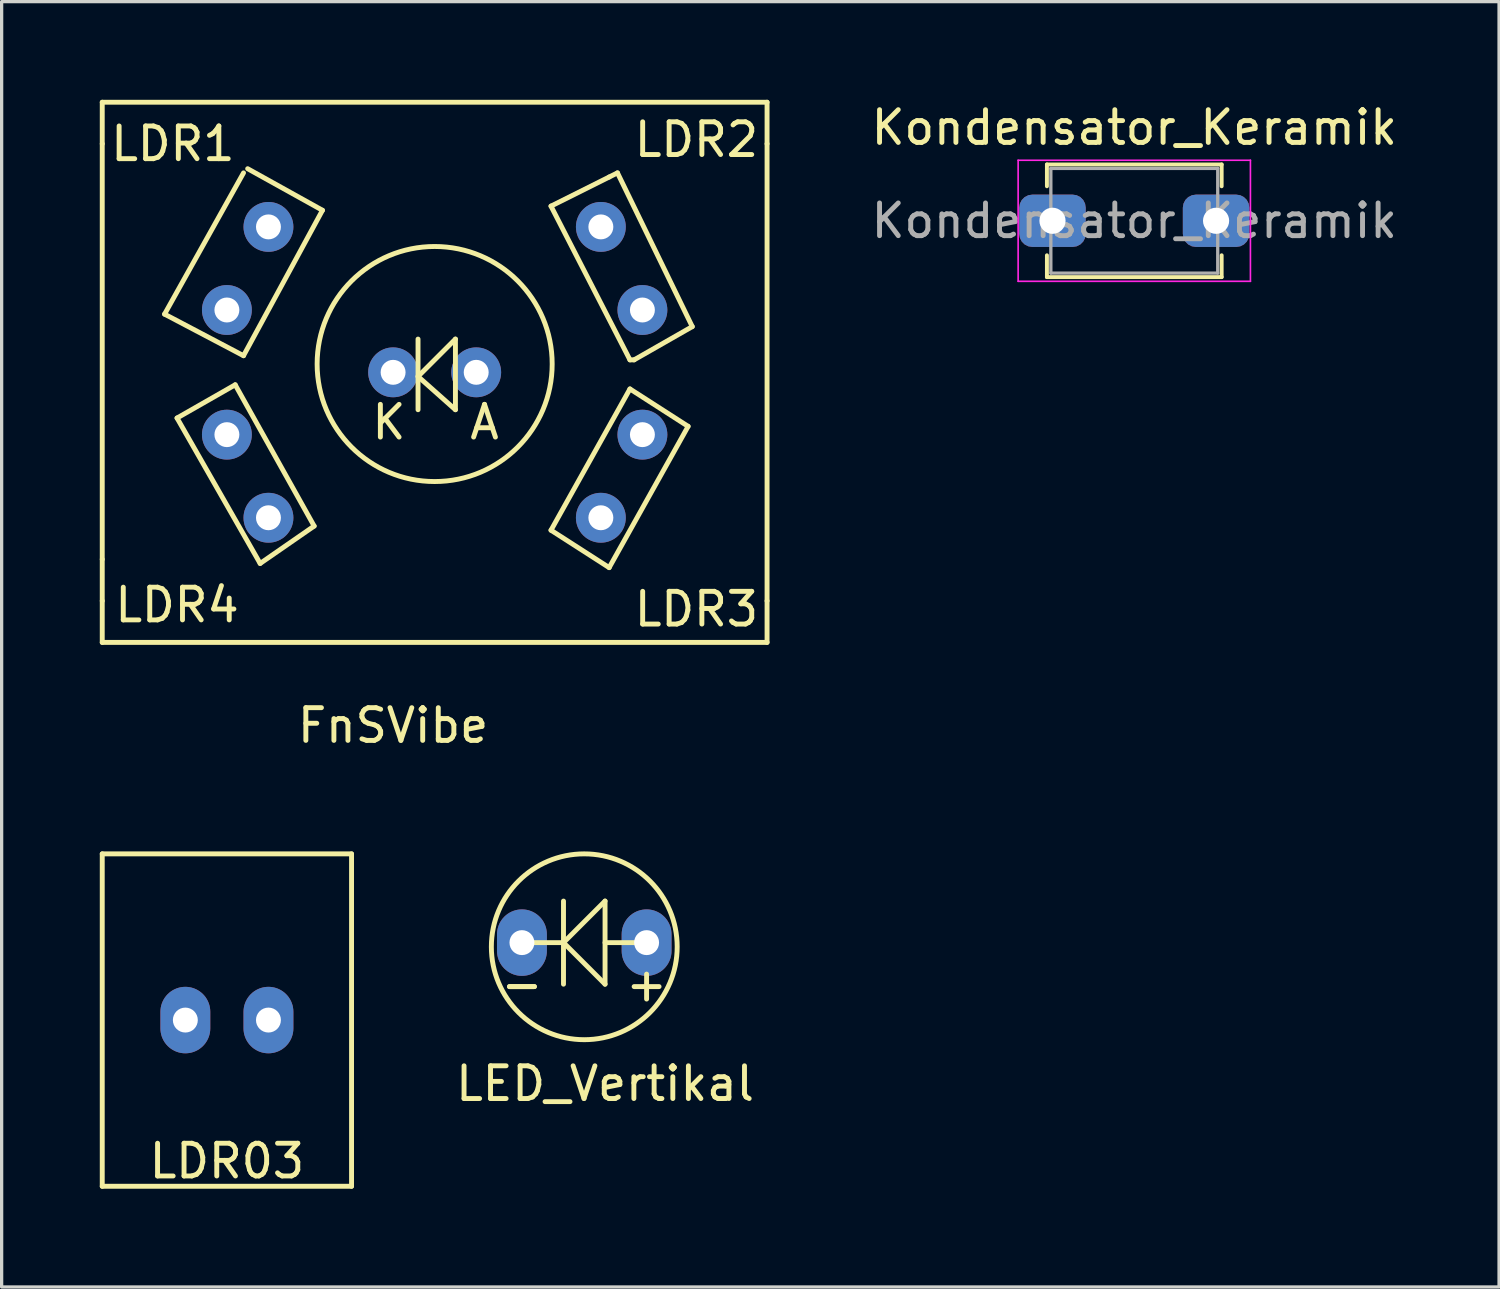
<source format=kicad_pcb>
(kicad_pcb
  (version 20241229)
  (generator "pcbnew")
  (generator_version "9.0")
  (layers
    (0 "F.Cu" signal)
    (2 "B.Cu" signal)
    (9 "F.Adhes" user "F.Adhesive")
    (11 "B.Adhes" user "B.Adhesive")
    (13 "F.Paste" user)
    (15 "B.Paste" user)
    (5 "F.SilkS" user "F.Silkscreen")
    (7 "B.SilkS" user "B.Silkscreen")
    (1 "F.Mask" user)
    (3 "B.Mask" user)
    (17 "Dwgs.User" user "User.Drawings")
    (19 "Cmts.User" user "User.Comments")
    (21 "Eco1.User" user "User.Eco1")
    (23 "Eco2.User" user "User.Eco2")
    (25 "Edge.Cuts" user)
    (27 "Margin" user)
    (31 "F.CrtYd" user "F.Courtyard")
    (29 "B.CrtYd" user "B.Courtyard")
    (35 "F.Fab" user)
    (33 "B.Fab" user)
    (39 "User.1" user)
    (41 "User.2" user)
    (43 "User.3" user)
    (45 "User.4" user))
  (footprint "Kondensator_Keramik"
    (layer "F.Cu")
    (at 29.119 3.698)
    (property "Reference" "Kondensator_Keramik" (at 2.5 -2.85 0) (layer "F.SilkS") (effects (font (size 1 1) (thickness 0.15))))
    (attr through_hole)
    (fp_line (start -0.17 -1.721) (end -0.17 -1.055) (stroke (width 0.12) (type solid)) (layer "F.SilkS"))
    (fp_line (start -0.17 -1.721) (end 5.17 -1.721) (stroke (width 0.12) (type solid)) (layer "F.SilkS"))
    (fp_line (start -0.17 1.055) (end -0.17 1.721) (stroke (width 0.12) (type solid)) (layer "F.SilkS"))
    (fp_line (start -0.17 1.721) (end 5.17 1.721) (stroke (width 0.12) (type solid)) (layer "F.SilkS"))
    (fp_line (start 5.17 -1.721) (end 5.17 -1.055) (stroke (width 0.12) (type solid)) (layer "F.SilkS"))
    (fp_line (start 5.17 1.055) (end 5.17 1.721) (stroke (width 0.12) (type solid)) (layer "F.SilkS"))
    (fp_line (start -1.05 -1.85) (end -1.05 1.85) (stroke (width 0.05) (type solid)) (layer "F.CrtYd"))
    (fp_line (start -1.05 1.85) (end 6.05 1.85) (stroke (width 0.05) (type solid)) (layer "F.CrtYd"))
    (fp_line (start 6.05 -1.85) (end -1.05 -1.85) (stroke (width 0.05) (type solid)) (layer "F.CrtYd"))
    (fp_line (start 6.05 1.85) (end 6.05 -1.85) (stroke (width 0.05) (type solid)) (layer "F.CrtYd"))
    (fp_line (start -0.05 -1.6) (end -0.05 1.6) (stroke (width 0.1) (type solid)) (layer "F.Fab"))
    (fp_line (start -0.05 1.6) (end 5.05 1.6) (stroke (width 0.1) (type solid)) (layer "F.Fab"))
    (fp_line (start 5.05 -1.6) (end -0.05 -1.6) (stroke (width 0.1) (type solid)) (layer "F.Fab"))
    (fp_line (start 5.05 1.6) (end 5.05 -1.6) (stroke (width 0.1) (type solid)) (layer "F.Fab"))
    (fp_text user "${REFERENCE}" (at 2.5 0 0) (layer "F.Fab") (effects (font (size 1 1) (thickness 0.15))))
    (pad "1" thru_hole roundrect (at 0 0) (size 2.032 1.6) (drill 0.8) (layers "*.Cu" "*.Mask") (roundrect_rratio 0.25))
    (pad "2" thru_hole roundrect (at 5 0) (size 2.032 1.6) (drill 0.8) (layers "*.Cu" "*.Mask") (roundrect_rratio 0.25)))
  (footprint "LDR03"
    (layer "F.Cu")
    (at 3.885 31.938)
    (property "Reference" "LDR03" (at 0 0.5 0) (layer "F.SilkS") (effects (font (size 1 1) (thickness 0.15))))
    (attr through_hole)
    (fp_line (start -3.81 -8.89) (end 3.81 -8.89) (stroke (width 0.15) (type solid)) (layer "F.SilkS"))
    (fp_line (start -3.81 1.27) (end -3.81 -8.89) (stroke (width 0.15) (type solid)) (layer "F.SilkS"))
    (fp_line (start 3.81 -8.89) (end 3.81 1.27) (stroke (width 0.15) (type solid)) (layer "F.SilkS"))
    (fp_line (start 3.81 1.27) (end -3.81 1.27) (stroke (width 0.15) (type solid)) (layer "F.SilkS"))
    (pad "1" thru_hole oval (at -1.27 -3.81) (size 1.524 2.032) (drill 0.762) (layers "*.Cu" "*.Mask"))
    (pad "2" thru_hole oval (at 1.27 -3.81) (size 1.524 2.032) (drill 0.762) (layers "*.Cu" "*.Mask")))
  (footprint "LED_Vertikal"
    (layer "F.Cu")
    (at 15.443 29.571)
    (property "Reference" "LED_Vertikal" (at 0 0.5 0) (layer "F.SilkS") (effects (font (size 1 1) (thickness 0.15))))
    (attr through_hole)
    (fp_line (start -1.27 -5.08) (end -1.27 -2.54) (stroke (width 0.15) (type solid)) (layer "F.SilkS"))
    (fp_line (start -1.27 -3.81) (end -2.54 -3.81) (stroke (width 0.15) (type solid)) (layer "F.SilkS"))
    (fp_line (start -1.27 -3.81) (end 0 -5.08) (stroke (width 0.15) (type solid)) (layer "F.SilkS"))
    (fp_line (start 0 -5.08) (end 0 -2.54) (stroke (width 0.15) (type solid)) (layer "F.SilkS"))
    (fp_line (start 0 -3.81) (end 1.27 -3.81) (stroke (width 0.15) (type solid)) (layer "F.SilkS"))
    (fp_line (start 0 -2.54) (end -1.27 -3.81) (stroke (width 0.15) (type solid)) (layer "F.SilkS"))
    (fp_circle (center -0.635 -3.683) (end 1.905 -4.953) (stroke (width 0.15) (type solid)) (fill no) (layer "F.SilkS"))
    (fp_text user "+" (at 1.27 -2.54 0) (layer "F.SilkS") (effects (font (size 1 1) (thickness 0.15))))
    (fp_text user "-" (at -2.54 -2.54 0) (layer "F.SilkS") (effects (font (size 1 1) (thickness 0.15))))
    (fp_text user "-" (at -2.54 -2.54 0) (layer "F.SilkS") (effects (font (size 1 1) (thickness 0.15))))
    (pad "1" thru_hole oval (at -2.54 -3.81) (size 1.524 2.032) (drill 0.762) (layers "*.Cu" "*.Mask"))
    (pad "2" thru_hole oval (at 1.27 -3.81) (size 1.524 2.032) (drill 0.762) (layers "*.Cu" "*.Mask")))
  (footprint "FnSVibe"
    (layer "F.Cu")
    (at 8.965 14.045)
    (property "Reference" "FnSVibe" (at 0 5.08 0) (layer "F.SilkS") (effects (font (size 1 1) (thickness 0.15))))
    (attr through_hole)
    (fp_line (start -8.89 -13.97) (end 11.43 -13.97) (stroke (width 0.15) (type solid)) (layer "F.SilkS"))
    (fp_line (start -8.89 -12.7) (end -8.89 -13.97) (stroke (width 0.15) (type solid)) (layer "F.SilkS"))
    (fp_line (start -8.89 0) (end -8.89 -12.7) (stroke (width 0.15) (type solid)) (layer "F.SilkS"))
    (fp_line (start -8.89 1.27) (end -8.89 0) (stroke (width 0.15) (type solid)) (layer "F.SilkS"))
    (fp_line (start -8.89 1.27) (end -8.89 2.54) (stroke (width 0.15) (type solid)) (layer "F.SilkS"))
    (fp_line (start -8.89 2.54) (end 11.43 2.54) (stroke (width 0.15) (type solid)) (layer "F.SilkS"))
    (fp_line (start -6.985 -7.493) (end -4.572 -6.223) (stroke (width 0.15) (type solid)) (layer "F.SilkS"))
    (fp_line (start -6.604 -4.318) (end -4.826 -5.334) (stroke (width 0.15) (type solid)) (layer "F.SilkS"))
    (fp_line (start -4.826 -5.334) (end -2.413 -1.016) (stroke (width 0.15) (type solid)) (layer "F.SilkS"))
    (fp_line (start -4.572 -11.811) (end -6.985 -7.493) (stroke (width 0.15) (type solid)) (layer "F.SilkS"))
    (fp_line (start -4.572 -6.223) (end -2.159 -10.668) (stroke (width 0.15) (type solid)) (layer "F.SilkS"))
    (fp_line (start -4.064 0.127) (end -6.604 -4.318) (stroke (width 0.15) (type solid)) (layer "F.SilkS"))
    (fp_line (start -2.413 -1.016) (end -4.064 0.127) (stroke (width 0.15) (type solid)) (layer "F.SilkS"))
    (fp_line (start -2.159 -10.668) (end -4.445 -11.938) (stroke (width 0.15) (type solid)) (layer "F.SilkS"))
    (fp_line (start 0.762 -6.731) (end 0.762 -4.572) (stroke (width 0.15) (type solid)) (layer "F.SilkS"))
    (fp_line (start 0.762 -5.588) (end 1.905 -6.731) (stroke (width 0.15) (type solid)) (layer "F.SilkS"))
    (fp_line (start 1.905 -6.731) (end 1.905 -4.572) (stroke (width 0.15) (type solid)) (layer "F.SilkS"))
    (fp_line (start 1.905 -4.572) (end 0.762 -5.588) (stroke (width 0.15) (type solid)) (layer "F.SilkS"))
    (fp_line (start 4.826 -10.795) (end 6.604 -11.684) (stroke (width 0.15) (type solid)) (layer "F.SilkS"))
    (fp_line (start 4.826 -0.889) (end 6.604 0.254) (stroke (width 0.15) (type solid)) (layer "F.SilkS"))
    (fp_line (start 6.604 -11.684) (end 6.858 -11.811) (stroke (width 0.15) (type solid)) (layer "F.SilkS"))
    (fp_line (start 6.604 0.254) (end 9.017 -4.064) (stroke (width 0.15) (type solid)) (layer "F.SilkS"))
    (fp_line (start 6.858 -11.811) (end 9.144 -7.112) (stroke (width 0.15) (type solid)) (layer "F.SilkS"))
    (fp_line (start 7.239 -6.096) (end 4.826 -10.795) (stroke (width 0.15) (type solid)) (layer "F.SilkS"))
    (fp_line (start 7.239 -5.207) (end 4.826 -0.889) (stroke (width 0.15) (type solid)) (layer "F.SilkS"))
    (fp_line (start 7.366 -6.096) (end 7.239 -6.096) (stroke (width 0.15) (type solid)) (layer "F.SilkS"))
    (fp_line (start 9.017 -4.064) (end 7.239 -5.207) (stroke (width 0.15) (type solid)) (layer "F.SilkS"))
    (fp_line (start 9.144 -7.112) (end 7.366 -6.096) (stroke (width 0.15) (type solid)) (layer "F.SilkS"))
    (fp_line (start 11.43 -12.7) (end 11.43 -13.97) (stroke (width 0.15) (type solid)) (layer "F.SilkS"))
    (fp_line (start 11.43 -12.7) (end 11.43 1.27) (stroke (width 0.15) (type solid)) (layer "F.SilkS"))
    (fp_line (start 11.43 1.27) (end 11.43 2.54) (stroke (width 0.15) (type solid)) (layer "F.SilkS"))
    (fp_circle (center 1.27 -5.969) (end 3.81 -3.429) (stroke (width 0.15) (type solid)) (fill no) (layer "F.SilkS"))
    (fp_text user "LDR1" (at -6.731 -12.7 0) (layer "F.SilkS") (effects (font (size 1 1) (thickness 0.15))))
    (fp_text user "LDR2" (at 9.271 -12.827 0) (layer "F.SilkS") (effects (font (size 1 1) (thickness 0.15))))
    (fp_text user "A" (at 2.794 -4.191 0) (layer "F.SilkS") (effects (font (size 1 1) (thickness 0.15))))
    (fp_text user "LDR4" (at -6.604 1.397 0) (layer "F.SilkS") (effects (font (size 1 1) (thickness 0.15))))
    (fp_text user "LDR3" (at 9.271 1.524 0) (layer "F.SilkS") (effects (font (size 1 1) (thickness 0.15))))
    (fp_text user "K" (at -0.127 -4.191 0) (layer "F.SilkS") (effects (font (size 1 1) (thickness 0.15))))
    (pad "1" thru_hole circle (at 0 -5.715) (size 1.524 1.524) (drill 0.762) (layers "*.Cu" "*.Mask"))
    (pad "2" thru_hole circle (at 2.54 -5.715) (size 1.524 1.524) (drill 0.762) (layers "*.Cu" "*.Mask"))
    (pad "3" thru_hole circle (at -5.08 -7.62) (size 1.524 1.524) (drill 0.762) (layers "*.Cu" "*.Mask"))
    (pad "4" thru_hole circle (at -3.81 -10.16) (size 1.524 1.524) (drill 0.762) (layers "*.Cu" "*.Mask"))
    (pad "5" thru_hole circle (at 6.35 -10.16) (size 1.524 1.524) (drill 0.762) (layers "*.Cu" "*.Mask"))
    (pad "6" thru_hole circle (at 7.62 -7.62) (size 1.524 1.524) (drill 0.762) (layers "*.Cu" "*.Mask"))
    (pad "7" thru_hole circle (at 7.62 -3.81) (size 1.524 1.524) (drill 0.762) (layers "*.Cu" "*.Mask"))
    (pad "8" thru_hole circle (at 6.35 -1.27) (size 1.524 1.524) (drill 0.762) (layers "*.Cu" "*.Mask"))
    (pad "9" thru_hole circle (at -3.81 -1.27) (size 1.524 1.524) (drill 0.762) (layers "*.Cu" "*.Mask"))
    (pad "10" thru_hole circle (at -5.08 -3.81) (size 1.524 1.524) (drill 0.762) (layers "*.Cu" "*.Mask")))
  (gr_rect
    (start -3 -3)
    (end 42.768 36.286)
    (stroke (width 0.1) (type default))
    (fill no)
    (layer "Edge.Cuts")))
</source>
